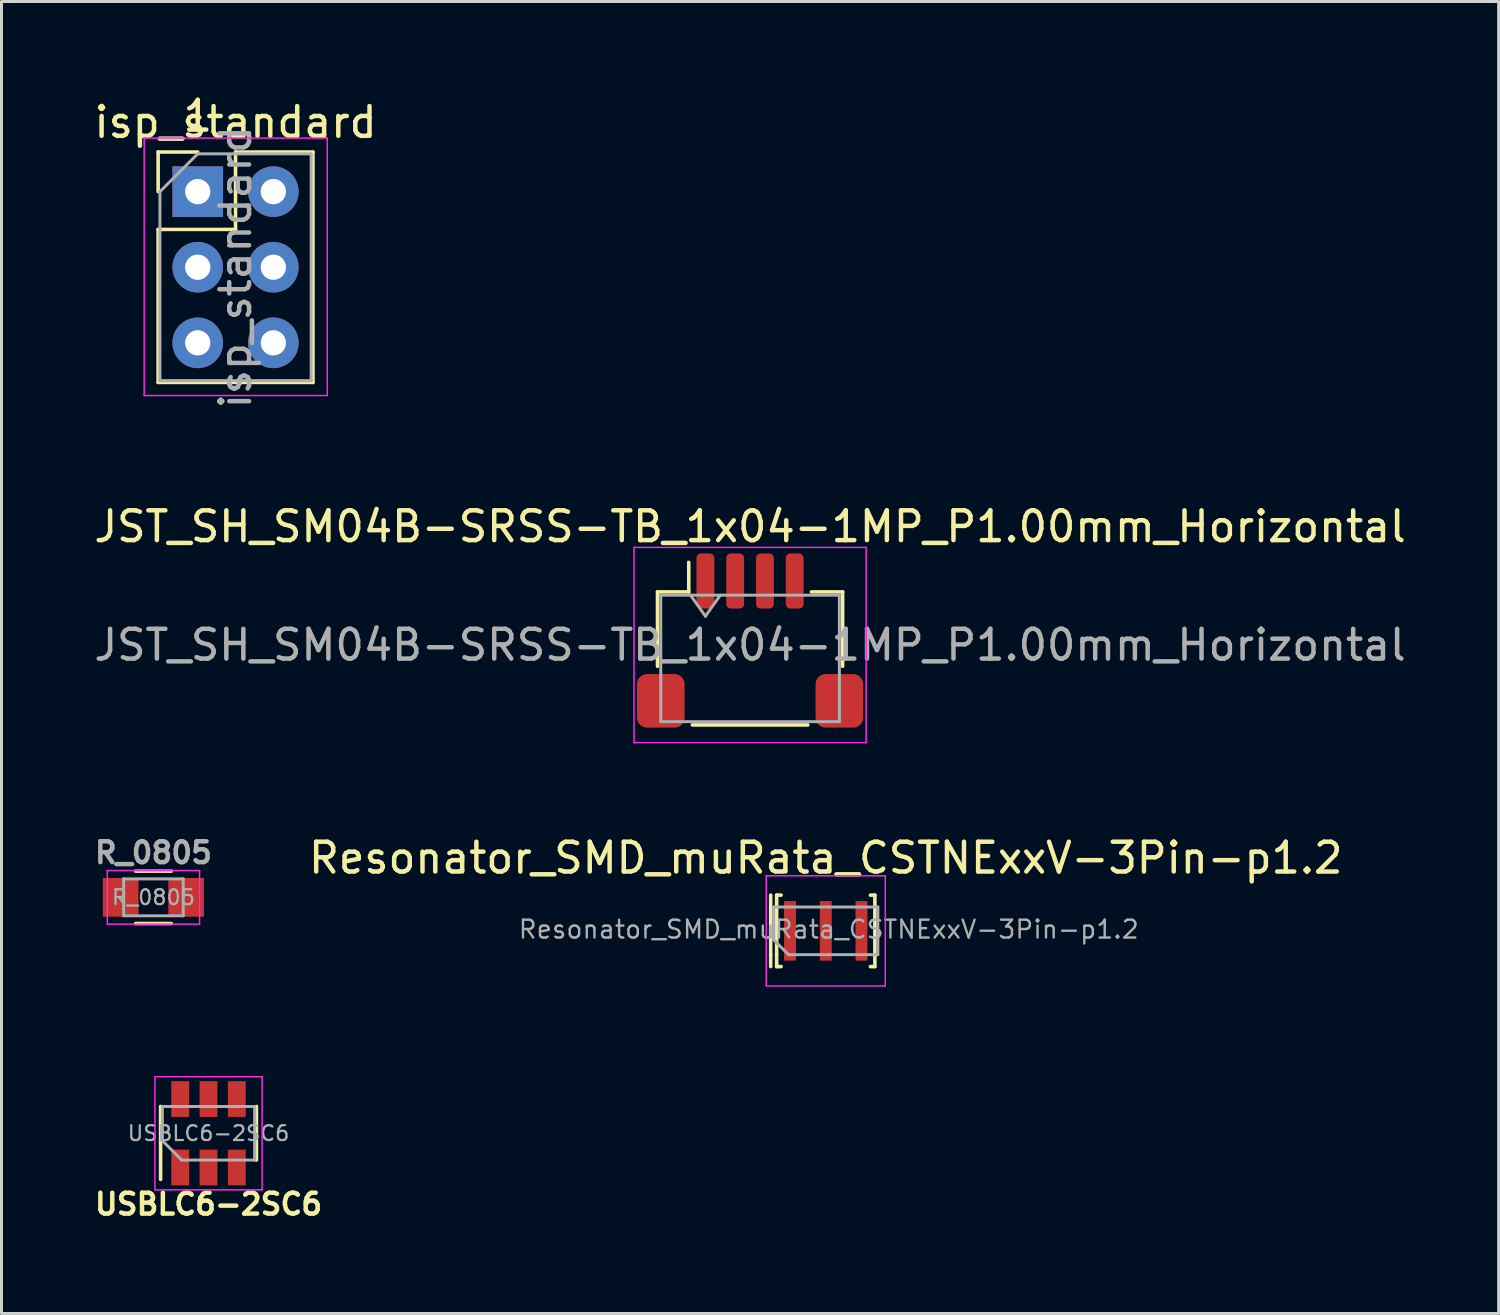
<source format=kicad_pcb>
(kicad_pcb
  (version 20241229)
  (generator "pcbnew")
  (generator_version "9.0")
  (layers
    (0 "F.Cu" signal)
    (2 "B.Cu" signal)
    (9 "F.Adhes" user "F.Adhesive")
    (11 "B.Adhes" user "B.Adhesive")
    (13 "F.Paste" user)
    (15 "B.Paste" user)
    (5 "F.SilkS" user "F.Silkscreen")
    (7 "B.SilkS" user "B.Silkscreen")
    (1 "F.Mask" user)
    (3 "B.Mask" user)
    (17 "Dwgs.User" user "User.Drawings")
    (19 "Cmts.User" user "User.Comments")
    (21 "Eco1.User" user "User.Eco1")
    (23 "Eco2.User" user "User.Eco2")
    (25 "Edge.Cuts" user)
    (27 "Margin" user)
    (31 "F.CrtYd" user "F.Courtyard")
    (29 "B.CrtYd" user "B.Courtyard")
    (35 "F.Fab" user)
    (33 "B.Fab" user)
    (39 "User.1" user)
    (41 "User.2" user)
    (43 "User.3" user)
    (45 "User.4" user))
  (footprint "R_0805"
    (layer "F.Cu")
    (at 2.105 27.097)
    (property "Reference" "R_0805" (at 0 -1.5 0) (layer "F.Fab") (effects (font (size 0.7 0.7) (thickness 0.15))))
    (attr smd)
    (fp_line (start -0.6 -0.88) (end 0.6 -0.88) (stroke (width 0.12) (type solid)) (layer "F.SilkS"))
    (fp_line (start 0.6 0.88) (end -0.6 0.88) (stroke (width 0.12) (type solid)) (layer "F.SilkS"))
    (fp_line (start -1.55 -0.9) (end -1.55 0.9) (stroke (width 0.05) (type solid)) (layer "F.CrtYd"))
    (fp_line (start -1.55 -0.9) (end 1.55 -0.9) (stroke (width 0.05) (type solid)) (layer "F.CrtYd"))
    (fp_line (start 1.55 0.9) (end -1.55 0.9) (stroke (width 0.05) (type solid)) (layer "F.CrtYd"))
    (fp_line (start 1.55 0.9) (end 1.55 -0.9) (stroke (width 0.05) (type solid)) (layer "F.CrtYd"))
    (fp_line (start -1 -0.62) (end 1 -0.62) (stroke (width 0.1) (type solid)) (layer "F.Fab"))
    (fp_line (start -1 0.62) (end -1 -0.62) (stroke (width 0.1) (type solid)) (layer "F.Fab"))
    (fp_line (start 1 -0.62) (end 1 0.62) (stroke (width 0.1) (type solid)) (layer "F.Fab"))
    (fp_line (start 1 0.62) (end -1 0.62) (stroke (width 0.1) (type solid)) (layer "F.Fab"))
    (fp_text user "${REFERENCE}" (at 0 0 0) (layer "F.Fab") (effects (font (size 0.5 0.5) (thickness 0.075))))
    (pad "1" smd rect (at -1.1 0) (size 1.2 1.3) (layers "F.Cu" "F.Mask" "F.Paste"))
    (pad "2" smd rect (at 1.1 0) (size 1.2 1.3) (layers "F.Cu" "F.Mask" "F.Paste")))
  (footprint "Resonator_SMD_muRata_CSTNExxV-3Pin-p1.2"
    (layer "F.Cu")
    (at 24.692 28.223)
    (property "Reference" "Resonator_SMD_muRata_CSTNExxV-3Pin-p1.2" (at 0 -2.45 0) (layer "F.SilkS") (effects (font (size 1 1) (thickness 0.15))))
    (attr smd)
    (fp_line (start -1.85 -1.2) (end -1.85 0.8) (stroke (width 0.12) (type solid)) (layer "F.SilkS"))
    (fp_line (start -1.85 0.8) (end -1.85 1.2) (stroke (width 0.12) (type solid)) (layer "F.SilkS"))
    (fp_line (start -1.65 -1.2) (end -1.5 -1.2) (stroke (width 0.12) (type solid)) (layer "F.SilkS"))
    (fp_line (start -1.65 0.8) (end -1.65 -1.2) (stroke (width 0.12) (type solid)) (layer "F.SilkS"))
    (fp_line (start -1.65 0.8) (end -1.65 1.2) (stroke (width 0.12) (type solid)) (layer "F.SilkS"))
    (fp_line (start -1.65 1.2) (end -1.5 1.2) (stroke (width 0.12) (type solid)) (layer "F.SilkS"))
    (fp_line (start 1.65 -1.2) (end 1.5 -1.2) (stroke (width 0.12) (type solid)) (layer "F.SilkS"))
    (fp_line (start 1.65 -1.2) (end 1.65 0.8) (stroke (width 0.12) (type solid)) (layer "F.SilkS"))
    (fp_line (start 1.65 0.8) (end 1.65 1.2) (stroke (width 0.12) (type solid)) (layer "F.SilkS"))
    (fp_line (start 1.65 1.2) (end 1.5 1.2) (stroke (width 0.12) (type solid)) (layer "F.SilkS"))
    (fp_line (start -2 -1.85) (end 2 -1.85) (stroke (width 0.05) (type solid)) (layer "F.CrtYd"))
    (fp_line (start -2 1.85) (end -2 -1.85) (stroke (width 0.05) (type solid)) (layer "F.CrtYd"))
    (fp_line (start 2 -1.85) (end 2 1.85) (stroke (width 0.05) (type solid)) (layer "F.CrtYd"))
    (fp_line (start 2 1.85) (end -2 1.85) (stroke (width 0.05) (type solid)) (layer "F.CrtYd"))
    (fp_line (start -1.75 0.3) (end -1.75 -0.8) (stroke (width 0.1) (type solid)) (layer "F.Fab"))
    (fp_line (start -1.25 0.8) (end -1.75 0.3) (stroke (width 0.1) (type solid)) (layer "F.Fab"))
    (fp_line (start -1.25 0.8) (end 1.75 0.8) (stroke (width 0.1) (type solid)) (layer "F.Fab"))
    (fp_line (start 1.75 -0.8) (end -1.75 -0.8) (stroke (width 0.1) (type solid)) (layer "F.Fab"))
    (fp_line (start 1.75 0.8) (end 1.75 -0.8) (stroke (width 0.1) (type solid)) (layer "F.Fab"))
    (fp_text user "${REFERENCE}" (at 0.1 -0.05 0) (layer "F.Fab") (effects (font (size 0.6 0.6) (thickness 0.08))))
    (pad "1" smd rect (at -1.2 0) (size 0.4 2) (layers "F.Cu" "F.Mask" "F.Paste"))
    (pad "2" smd rect (at 1.2 0) (size 0.4 2) (layers "F.Cu" "F.Mask" "F.Paste"))
    (pad "3" smd rect (at 0 0) (size 0.4 2) (layers "F.Cu" "F.Mask" "F.Paste")))
  (footprint "JST_SH_SM04B-SRSS-TB_1x04-1MP_P1.00mm_Horizontal"
    (layer "F.Cu")
    (at 22.149 18.62)
    (property "Reference" "JST_SH_SM04B-SRSS-TB_1x04-1MP_P1.00mm_Horizontal" (at 0 -3.98 180) (layer "F.SilkS") (effects (font (size 1 1) (thickness 0.15))))
    (attr smd)
    (fp_line (start -3.11 -1.785) (end -2.06 -1.785) (stroke (width 0.12) (type solid)) (layer "F.SilkS"))
    (fp_line (start -3.11 0.715) (end -3.11 -1.785) (stroke (width 0.12) (type solid)) (layer "F.SilkS"))
    (fp_line (start -2.06 -1.785) (end -2.06 -2.775) (stroke (width 0.12) (type solid)) (layer "F.SilkS"))
    (fp_line (start -1.94 2.685) (end 1.94 2.685) (stroke (width 0.12) (type solid)) (layer "F.SilkS"))
    (fp_line (start 3.11 -1.785) (end 2.06 -1.785) (stroke (width 0.12) (type solid)) (layer "F.SilkS"))
    (fp_line (start 3.11 0.715) (end 3.11 -1.785) (stroke (width 0.12) (type solid)) (layer "F.SilkS"))
    (fp_line (start -3.9 -3.28) (end -3.9 3.28) (stroke (width 0.05) (type solid)) (layer "F.CrtYd"))
    (fp_line (start -3.9 3.28) (end 3.9 3.28) (stroke (width 0.05) (type solid)) (layer "F.CrtYd"))
    (fp_line (start 3.9 -3.28) (end -3.9 -3.28) (stroke (width 0.05) (type solid)) (layer "F.CrtYd"))
    (fp_line (start 3.9 3.28) (end 3.9 -3.28) (stroke (width 0.05) (type solid)) (layer "F.CrtYd"))
    (fp_line (start -3 -1.675) (end -3 2.575) (stroke (width 0.1) (type solid)) (layer "F.Fab"))
    (fp_line (start -3 -1.675) (end 3 -1.675) (stroke (width 0.1) (type solid)) (layer "F.Fab"))
    (fp_line (start -3 2.575) (end 3 2.575) (stroke (width 0.1) (type solid)) (layer "F.Fab"))
    (fp_line (start -2 -1.675) (end -1.5 -0.968) (stroke (width 0.1) (type solid)) (layer "F.Fab"))
    (fp_line (start -1.5 -0.968) (end -1 -1.675) (stroke (width 0.1) (type solid)) (layer "F.Fab"))
    (fp_line (start 3 -1.675) (end 3 2.575) (stroke (width 0.1) (type solid)) (layer "F.Fab"))
    (fp_text user "${REFERENCE}" (at 0 0 180) (layer "F.Fab") (effects (font (size 1 1) (thickness 0.15))))
    (pad "1" smd roundrect (at -1.5 -2.15) (size 0.6 1.85) (layers "F.Cu" "F.Mask" "F.Paste") (roundrect_rratio 0.25))
    (pad "2" smd roundrect (at -0.5 -2.15) (size 0.6 1.85) (layers "F.Cu" "F.Mask" "F.Paste") (roundrect_rratio 0.25))
    (pad "3" smd roundrect (at 0.5 -2.15) (size 0.6 1.85) (layers "F.Cu" "F.Mask" "F.Paste") (roundrect_rratio 0.25))
    (pad "4" smd roundrect (at 1.5 -2.15) (size 0.6 1.85) (layers "F.Cu" "F.Mask" "F.Paste") (roundrect_rratio 0.25))
    (pad "MP" smd roundrect (at -3 1.875) (size 1.6 1.8) (layers "F.Cu" "F.Mask" "F.Paste") (roundrect_rratio 0.208))
    (pad "MP" smd roundrect (at 3 1.875) (size 1.6 1.8) (layers "F.Cu" "F.Mask" "F.Paste") (roundrect_rratio 0.208)))
  (footprint "USBLC6-2SC6"
    (layer "F.Cu")
    (at 3.955 35.023)
    (property "Reference" "USBLC6-2SC6" (at 0 2.381 180) (layer "F.SilkS") (effects (font (size 0.7 0.7) (thickness 0.15))))
    (attr smd)
    (fp_line (start -1.61 -0.9) (end -1.61 1.55) (stroke (width 0.12) (type solid)) (layer "F.SilkS"))
    (fp_line (start 1.61 0.9) (end 1.61 -0.9) (stroke (width 0.12) (type solid)) (layer "F.SilkS"))
    (fp_line (start -1.8 -1.9) (end -1.8 1.9) (stroke (width 0.05) (type solid)) (layer "F.CrtYd"))
    (fp_line (start -1.8 1.9) (end 1.8 1.9) (stroke (width 0.05) (type solid)) (layer "F.CrtYd"))
    (fp_line (start 1.8 -1.9) (end -1.8 -1.9) (stroke (width 0.05) (type solid)) (layer "F.CrtYd"))
    (fp_line (start 1.8 1.9) (end 1.8 -1.9) (stroke (width 0.05) (type solid)) (layer "F.CrtYd"))
    (fp_line (start -1.55 -0.9) (end -1.55 0.25) (stroke (width 0.1) (type solid)) (layer "F.Fab"))
    (fp_line (start -1.55 -0.9) (end 1.55 -0.9) (stroke (width 0.1) (type solid)) (layer "F.Fab"))
    (fp_line (start -0.9 0.9) (end -1.55 0.25) (stroke (width 0.1) (type solid)) (layer "F.Fab"))
    (fp_line (start -0.9 0.9) (end 1.55 0.9) (stroke (width 0.1) (type solid)) (layer "F.Fab"))
    (fp_line (start 1.55 -0.9) (end 1.55 0.9) (stroke (width 0.1) (type solid)) (layer "F.Fab"))
    (fp_text user "${REFERENCE}" (at 0 0 180) (layer "F.Fab") (effects (font (size 0.5 0.5) (thickness 0.075))))
    (pad "1" smd rect (at -0.95 1.15) (size 0.6 1.2) (layers "F.Cu" "F.Mask" "F.Paste"))
    (pad "2" smd rect (at 0 1.15) (size 0.6 1.2) (layers "F.Cu" "F.Mask" "F.Paste"))
    (pad "3" smd rect (at 0.95 1.15) (size 0.6 1.2) (layers "F.Cu" "F.Mask" "F.Paste"))
    (pad "4" smd rect (at 0.95 -1.15) (size 0.6 1.2) (layers "F.Cu" "F.Mask" "F.Paste"))
    (pad "5" smd rect (at 0 -1.15) (size 0.6 1.2) (layers "F.Cu" "F.Mask" "F.Paste"))
    (pad "6" smd rect (at -0.95 -1.15) (size 0.6 1.2) (layers "F.Cu" "F.Mask" "F.Paste")))
  (footprint "isp_standard"
    (layer "F.Cu")
    (at 4.863 5.928)
    (property "Reference" "isp_standard" (at 0 -4.87 0) (layer "F.SilkS") (effects (font (size 1 1) (thickness 0.15))))
    (attr through_hole)
    (fp_line (start -2.6 -3.87) (end -1.27 -3.87) (stroke (width 0.12) (type solid)) (layer "F.SilkS"))
    (fp_line (start -2.6 -2.54) (end -2.6 -3.87) (stroke (width 0.12) (type solid)) (layer "F.SilkS"))
    (fp_line (start -2.6 -1.27) (end -2.6 3.87) (stroke (width 0.12) (type solid)) (layer "F.SilkS"))
    (fp_line (start -2.6 -1.27) (end 0 -1.27) (stroke (width 0.12) (type solid)) (layer "F.SilkS"))
    (fp_line (start -2.6 3.87) (end 2.6 3.87) (stroke (width 0.12) (type solid)) (layer "F.SilkS"))
    (fp_line (start 0 -3.87) (end 2.6 -3.87) (stroke (width 0.12) (type solid)) (layer "F.SilkS"))
    (fp_line (start 0 -1.27) (end 0 -3.87) (stroke (width 0.12) (type solid)) (layer "F.SilkS"))
    (fp_line (start 2.6 -3.87) (end 2.6 3.87) (stroke (width 0.12) (type solid)) (layer "F.SilkS"))
    (fp_line (start -3.07 -4.34) (end -3.07 4.31) (stroke (width 0.05) (type solid)) (layer "F.CrtYd"))
    (fp_line (start -3.07 4.31) (end 3.08 4.31) (stroke (width 0.05) (type solid)) (layer "F.CrtYd"))
    (fp_line (start 3.08 -4.34) (end -3.07 -4.34) (stroke (width 0.05) (type solid)) (layer "F.CrtYd"))
    (fp_line (start 3.08 4.31) (end 3.08 -4.34) (stroke (width 0.05) (type solid)) (layer "F.CrtYd"))
    (fp_line (start -2.54 -2.54) (end -1.27 -3.81) (stroke (width 0.1) (type solid)) (layer "F.Fab"))
    (fp_line (start -2.54 3.81) (end -2.54 -2.54) (stroke (width 0.1) (type solid)) (layer "F.Fab"))
    (fp_line (start -1.27 -3.81) (end 2.54 -3.81) (stroke (width 0.1) (type solid)) (layer "F.Fab"))
    (fp_line (start 2.54 -3.81) (end 2.54 3.81) (stroke (width 0.1) (type solid)) (layer "F.Fab"))
    (fp_line (start 2.54 3.81) (end -2.54 3.81) (stroke (width 0.1) (type solid)) (layer "F.Fab"))
    (fp_text user "1" (at -1.27 -5.08 0) (layer "F.SilkS") (effects (font (size 1 1) (thickness 0.15))))
    (fp_text user "${REFERENCE}" (at 0 0 90) (layer "F.Fab") (effects (font (size 1 1) (thickness 0.15))))
    (pad "1" thru_hole rect (at -1.27 -2.54) (size 1.7 1.7) (drill 0.85) (layers "*.Cu" "*.Mask"))
    (pad "2" thru_hole oval (at 1.27 -2.54) (size 1.7 1.7) (drill 0.85) (layers "*.Cu" "*.Mask"))
    (pad "3" thru_hole oval (at -1.27 0) (size 1.7 1.7) (drill 0.85) (layers "*.Cu" "*.Mask"))
    (pad "4" thru_hole oval (at 1.27 0) (size 1.7 1.7) (drill 0.85) (layers "*.Cu" "*.Mask"))
    (pad "5" thru_hole oval (at -1.27 2.54) (size 1.7 1.7) (drill 0.85) (layers "*.Cu" "*.Mask"))
    (pad "6" thru_hole oval (at 1.27 2.54) (size 1.7 1.7) (drill 0.85) (layers "*.Cu" "*.Mask")))
  (gr_rect
    (start -3 -3)
    (end 47.298 41.077)
    (stroke (width 0.1) (type default))
    (fill no)
    (layer "Edge.Cuts")))
</source>
